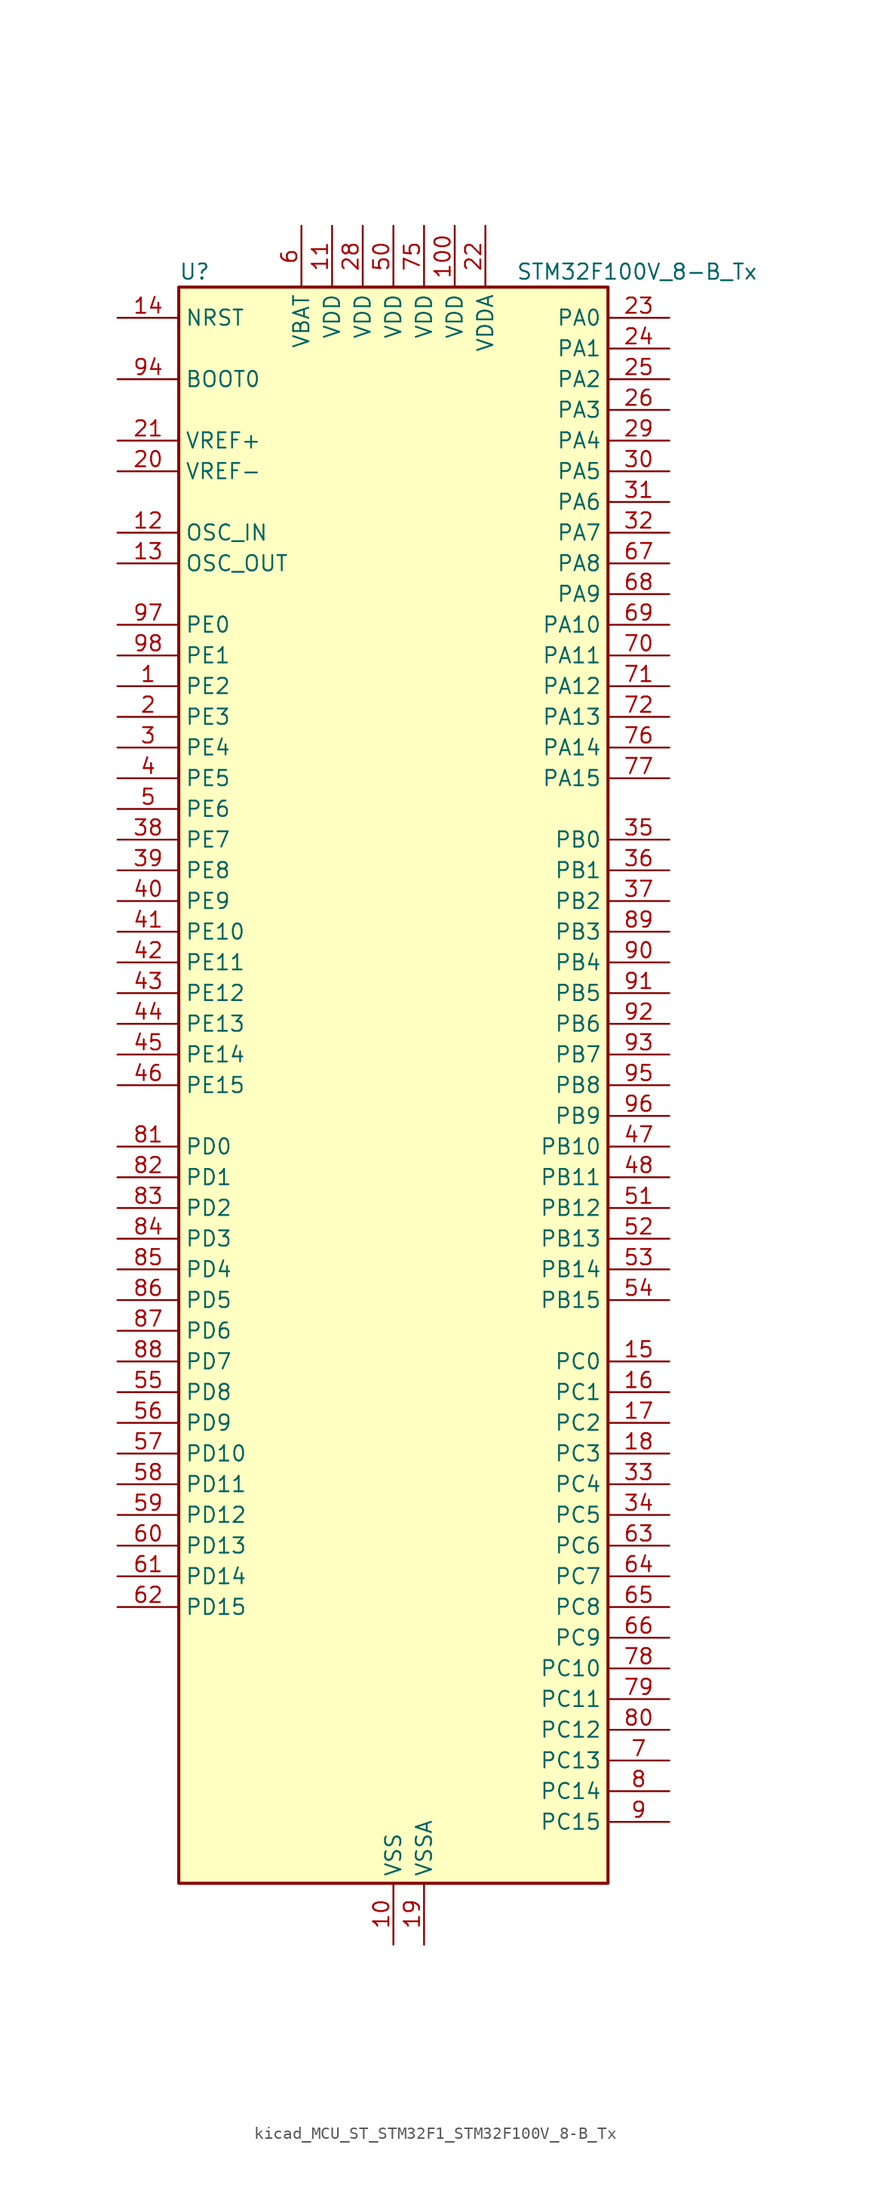
<source format=kicad_sym>
(kicad_symbol_lib
  (version 20220914)
  (generator kicad_symbol_editor)
  (symbol "kicad_MCU_ST_STM32F1_STM32F100V_8-B_Tx"
    (property "Reference" "U"
      (at -17.78 67.31 0)
      (effects (font (size 1.27 1.27)) (justify left)))
    (property "Value" "STM32F100V_8-B_Tx"
      (at 10.16 67.31 0)
      (effects (font (size 1.27 1.27)) (justify left)))
    (property "ki_locked" ""
      (at 0 0 0)
      (effects (font (size 1.27 1.27))))
    (symbol "kicad_MCU_ST_STM32F1_STM32F100V_8-B_Tx_0_1"
      (rectangle (start -17.78 -66.04) (end 17.78 66.04) (stroke (width 0.254) (type default)) (fill (type background))))
    (symbol "kicad_MCU_ST_STM32F1_STM32F100V_8-B_Tx_1_1"
      (pin bidirectional line (at -22.86 33.02 0) (length 5.08) (name "PE2" (effects (font (size 1.27 1.27)))) (number "1" (effects (font (size 1.27 1.27)))) (alternate "SYS_TRACECLK" bidirectional line))
      (pin power_in line (at 0 -71.12 90) (length 5.08) (name "VSS" (effects (font (size 1.27 1.27)))) (number "10" (effects (font (size 1.27 1.27)))))
      (pin power_in line (at 5.08 71.12 270) (length 5.08) (name "VDD" (effects (font (size 1.27 1.27)))) (number "100" (effects (font (size 1.27 1.27)))))
      (pin power_in line (at -5.08 71.12 270) (length 5.08) (name "VDD" (effects (font (size 1.27 1.27)))) (number "11" (effects (font (size 1.27 1.27)))))
      (pin input line (at -22.86 45.72 0) (length 5.08) (name "OSC_IN" (effects (font (size 1.27 1.27)))) (number "12" (effects (font (size 1.27 1.27)))) (alternate "RCC_OSC_IN" bidirectional line))
      (pin input line (at -22.86 43.18 0) (length 5.08) (name "OSC_OUT" (effects (font (size 1.27 1.27)))) (number "13" (effects (font (size 1.27 1.27)))) (alternate "RCC_OSC_OUT" bidirectional line))
      (pin input line (at -22.86 63.5 0) (length 5.08) (name "NRST" (effects (font (size 1.27 1.27)))) (number "14" (effects (font (size 1.27 1.27)))))
      (pin bidirectional line (at 22.86 -22.86 180) (length 5.08) (name "PC0" (effects (font (size 1.27 1.27)))) (number "15" (effects (font (size 1.27 1.27)))) (alternate "ADC1_IN10" bidirectional line))
      (pin bidirectional line (at 22.86 -25.4 180) (length 5.08) (name "PC1" (effects (font (size 1.27 1.27)))) (number "16" (effects (font (size 1.27 1.27)))) (alternate "ADC1_IN11" bidirectional line))
      (pin bidirectional line (at 22.86 -27.94 180) (length 5.08) (name "PC2" (effects (font (size 1.27 1.27)))) (number "17" (effects (font (size 1.27 1.27)))) (alternate "ADC1_IN12" bidirectional line))
      (pin bidirectional line (at 22.86 -30.48 180) (length 5.08) (name "PC3" (effects (font (size 1.27 1.27)))) (number "18" (effects (font (size 1.27 1.27)))) (alternate "ADC1_IN13" bidirectional line))
      (pin power_in line (at 2.54 -71.12 90) (length 5.08) (name "VSSA" (effects (font (size 1.27 1.27)))) (number "19" (effects (font (size 1.27 1.27)))))
      (pin bidirectional line (at -22.86 30.48 0) (length 5.08) (name "PE3" (effects (font (size 1.27 1.27)))) (number "2" (effects (font (size 1.27 1.27)))) (alternate "SYS_TRACED0" bidirectional line))
      (pin input line (at -22.86 50.8 0) (length 5.08) (name "VREF-" (effects (font (size 1.27 1.27)))) (number "20" (effects (font (size 1.27 1.27)))))
      (pin input line (at -22.86 53.34 0) (length 5.08) (name "VREF+" (effects (font (size 1.27 1.27)))) (number "21" (effects (font (size 1.27 1.27)))))
      (pin power_in line (at 7.62 71.12 270) (length 5.08) (name "VDDA" (effects (font (size 1.27 1.27)))) (number "22" (effects (font (size 1.27 1.27)))))
      (pin bidirectional line (at 22.86 63.5 180) (length 5.08) (name "PA0" (effects (font (size 1.27 1.27)))) (number "23" (effects (font (size 1.27 1.27)))) (alternate "ADC1_IN0" bidirectional line) (alternate "SYS_WKUP" bidirectional line) (alternate "TIM2_CH1" bidirectional line) (alternate "TIM2_ETR" bidirectional line) (alternate "USART2_CTS" bidirectional line))
      (pin bidirectional line (at 22.86 60.96 180) (length 5.08) (name "PA1" (effects (font (size 1.27 1.27)))) (number "24" (effects (font (size 1.27 1.27)))) (alternate "ADC1_IN1" bidirectional line) (alternate "TIM2_CH2" bidirectional line) (alternate "USART2_RTS" bidirectional line))
      (pin bidirectional line (at 22.86 58.42 180) (length 5.08) (name "PA2" (effects (font (size 1.27 1.27)))) (number "25" (effects (font (size 1.27 1.27)))) (alternate "ADC1_IN2" bidirectional line) (alternate "TIM15_CH1" bidirectional line) (alternate "TIM2_CH3" bidirectional line) (alternate "USART2_TX" bidirectional line))
      (pin bidirectional line (at 22.86 55.88 180) (length 5.08) (name "PA3" (effects (font (size 1.27 1.27)))) (number "26" (effects (font (size 1.27 1.27)))) (alternate "ADC1_IN3" bidirectional line) (alternate "TIM15_CH2" bidirectional line) (alternate "TIM2_CH4" bidirectional line) (alternate "USART2_RX" bidirectional line))
      (pin passive line (at 0 -71.12 90) (length 5.08) hide (name "VSS" (effects (font (size 1.27 1.27)))) (number "27" (effects (font (size 1.27 1.27)))))
      (pin power_in line (at -2.54 71.12 270) (length 5.08) (name "VDD" (effects (font (size 1.27 1.27)))) (number "28" (effects (font (size 1.27 1.27)))))
      (pin bidirectional line (at 22.86 53.34 180) (length 5.08) (name "PA4" (effects (font (size 1.27 1.27)))) (number "29" (effects (font (size 1.27 1.27)))) (alternate "ADC1_IN4" bidirectional line) (alternate "DAC_OUT1" bidirectional line) (alternate "SPI1_NSS" bidirectional line) (alternate "USART2_CK" bidirectional line))
      (pin bidirectional line (at -22.86 27.94 0) (length 5.08) (name "PE4" (effects (font (size 1.27 1.27)))) (number "3" (effects (font (size 1.27 1.27)))) (alternate "SYS_TRACED1" bidirectional line))
      (pin bidirectional line (at 22.86 50.8 180) (length 5.08) (name "PA5" (effects (font (size 1.27 1.27)))) (number "30" (effects (font (size 1.27 1.27)))) (alternate "ADC1_IN5" bidirectional line) (alternate "DAC_OUT2" bidirectional line) (alternate "SPI1_SCK" bidirectional line))
      (pin bidirectional line (at 22.86 48.26 180) (length 5.08) (name "PA6" (effects (font (size 1.27 1.27)))) (number "31" (effects (font (size 1.27 1.27)))) (alternate "ADC1_IN6" bidirectional line) (alternate "SPI1_MISO" bidirectional line) (alternate "TIM16_CH1" bidirectional line) (alternate "TIM1_BKIN" bidirectional line) (alternate "TIM3_CH1" bidirectional line))
      (pin bidirectional line (at 22.86 45.72 180) (length 5.08) (name "PA7" (effects (font (size 1.27 1.27)))) (number "32" (effects (font (size 1.27 1.27)))) (alternate "ADC1_IN7" bidirectional line) (alternate "SPI1_MOSI" bidirectional line) (alternate "TIM17_CH1" bidirectional line) (alternate "TIM1_CH1N" bidirectional line) (alternate "TIM3_CH2" bidirectional line))
      (pin bidirectional line (at 22.86 -33.02 180) (length 5.08) (name "PC4" (effects (font (size 1.27 1.27)))) (number "33" (effects (font (size 1.27 1.27)))) (alternate "ADC1_IN14" bidirectional line))
      (pin bidirectional line (at 22.86 -35.56 180) (length 5.08) (name "PC5" (effects (font (size 1.27 1.27)))) (number "34" (effects (font (size 1.27 1.27)))) (alternate "ADC1_IN15" bidirectional line))
      (pin bidirectional line (at 22.86 20.32 180) (length 5.08) (name "PB0" (effects (font (size 1.27 1.27)))) (number "35" (effects (font (size 1.27 1.27)))) (alternate "ADC1_IN8" bidirectional line) (alternate "TIM1_CH2N" bidirectional line) (alternate "TIM3_CH3" bidirectional line))
      (pin bidirectional line (at 22.86 17.78 180) (length 5.08) (name "PB1" (effects (font (size 1.27 1.27)))) (number "36" (effects (font (size 1.27 1.27)))) (alternate "ADC1_IN9" bidirectional line) (alternate "TIM1_CH3N" bidirectional line) (alternate "TIM3_CH4" bidirectional line))
      (pin bidirectional line (at 22.86 15.24 180) (length 5.08) (name "PB2" (effects (font (size 1.27 1.27)))) (number "37" (effects (font (size 1.27 1.27)))))
      (pin bidirectional line (at -22.86 20.32 0) (length 5.08) (name "PE7" (effects (font (size 1.27 1.27)))) (number "38" (effects (font (size 1.27 1.27)))) (alternate "TIM1_ETR" bidirectional line))
      (pin bidirectional line (at -22.86 17.78 0) (length 5.08) (name "PE8" (effects (font (size 1.27 1.27)))) (number "39" (effects (font (size 1.27 1.27)))) (alternate "TIM1_CH1N" bidirectional line))
      (pin bidirectional line (at -22.86 25.4 0) (length 5.08) (name "PE5" (effects (font (size 1.27 1.27)))) (number "4" (effects (font (size 1.27 1.27)))) (alternate "SYS_TRACED2" bidirectional line))
      (pin bidirectional line (at -22.86 15.24 0) (length 5.08) (name "PE9" (effects (font (size 1.27 1.27)))) (number "40" (effects (font (size 1.27 1.27)))) (alternate "DAC_EXTI9" bidirectional line) (alternate "TIM1_CH1" bidirectional line))
      (pin bidirectional line (at -22.86 12.7 0) (length 5.08) (name "PE10" (effects (font (size 1.27 1.27)))) (number "41" (effects (font (size 1.27 1.27)))) (alternate "TIM1_CH2N" bidirectional line))
      (pin bidirectional line (at -22.86 10.16 0) (length 5.08) (name "PE11" (effects (font (size 1.27 1.27)))) (number "42" (effects (font (size 1.27 1.27)))) (alternate "ADC1_EXTI11" bidirectional line) (alternate "TIM1_CH2" bidirectional line))
      (pin bidirectional line (at -22.86 7.62 0) (length 5.08) (name "PE12" (effects (font (size 1.27 1.27)))) (number "43" (effects (font (size 1.27 1.27)))) (alternate "TIM1_CH3N" bidirectional line))
      (pin bidirectional line (at -22.86 5.08 0) (length 5.08) (name "PE13" (effects (font (size 1.27 1.27)))) (number "44" (effects (font (size 1.27 1.27)))) (alternate "TIM1_CH3" bidirectional line))
      (pin bidirectional line (at -22.86 2.54 0) (length 5.08) (name "PE14" (effects (font (size 1.27 1.27)))) (number "45" (effects (font (size 1.27 1.27)))) (alternate "TIM1_CH4" bidirectional line))
      (pin bidirectional line (at -22.86 0 0) (length 5.08) (name "PE15" (effects (font (size 1.27 1.27)))) (number "46" (effects (font (size 1.27 1.27)))) (alternate "ADC1_EXTI15" bidirectional line) (alternate "TIM1_BKIN" bidirectional line))
      (pin bidirectional line (at 22.86 -5.08 180) (length 5.08) (name "PB10" (effects (font (size 1.27 1.27)))) (number "47" (effects (font (size 1.27 1.27)))) (alternate "CEC" bidirectional line) (alternate "I2C2_SCL" bidirectional line) (alternate "TIM2_CH3" bidirectional line) (alternate "USART3_TX" bidirectional line))
      (pin bidirectional line (at 22.86 -7.62 180) (length 5.08) (name "PB11" (effects (font (size 1.27 1.27)))) (number "48" (effects (font (size 1.27 1.27)))) (alternate "ADC1_EXTI11" bidirectional line) (alternate "I2C2_SDA" bidirectional line) (alternate "TIM2_CH4" bidirectional line) (alternate "USART3_RX" bidirectional line))
      (pin passive line (at 0 -71.12 90) (length 5.08) hide (name "VSS" (effects (font (size 1.27 1.27)))) (number "49" (effects (font (size 1.27 1.27)))))
      (pin bidirectional line (at -22.86 22.86 0) (length 5.08) (name "PE6" (effects (font (size 1.27 1.27)))) (number "5" (effects (font (size 1.27 1.27)))) (alternate "SYS_TRACED3" bidirectional line))
      (pin power_in line (at 0 71.12 270) (length 5.08) (name "VDD" (effects (font (size 1.27 1.27)))) (number "50" (effects (font (size 1.27 1.27)))))
      (pin bidirectional line (at 22.86 -10.16 180) (length 5.08) (name "PB12" (effects (font (size 1.27 1.27)))) (number "51" (effects (font (size 1.27 1.27)))) (alternate "I2C2_SMBA" bidirectional line) (alternate "SPI2_NSS" bidirectional line) (alternate "TIM1_BKIN" bidirectional line) (alternate "USART3_CK" bidirectional line))
      (pin bidirectional line (at 22.86 -12.7 180) (length 5.08) (name "PB13" (effects (font (size 1.27 1.27)))) (number "52" (effects (font (size 1.27 1.27)))) (alternate "SPI2_SCK" bidirectional line) (alternate "TIM1_CH1N" bidirectional line) (alternate "USART3_CTS" bidirectional line))
      (pin bidirectional line (at 22.86 -15.24 180) (length 5.08) (name "PB14" (effects (font (size 1.27 1.27)))) (number "53" (effects (font (size 1.27 1.27)))) (alternate "SPI2_MISO" bidirectional line) (alternate "TIM15_CH1" bidirectional line) (alternate "TIM1_CH2N" bidirectional line) (alternate "USART3_RTS" bidirectional line))
      (pin bidirectional line (at 22.86 -17.78 180) (length 5.08) (name "PB15" (effects (font (size 1.27 1.27)))) (number "54" (effects (font (size 1.27 1.27)))) (alternate "ADC1_EXTI15" bidirectional line) (alternate "SPI2_MOSI" bidirectional line) (alternate "TIM15_CH1N" bidirectional line) (alternate "TIM15_CH2" bidirectional line) (alternate "TIM1_CH3N" bidirectional line))
      (pin bidirectional line (at -22.86 -25.4 0) (length 5.08) (name "PD8" (effects (font (size 1.27 1.27)))) (number "55" (effects (font (size 1.27 1.27)))) (alternate "USART3_TX" bidirectional line))
      (pin bidirectional line (at -22.86 -27.94 0) (length 5.08) (name "PD9" (effects (font (size 1.27 1.27)))) (number "56" (effects (font (size 1.27 1.27)))) (alternate "DAC_EXTI9" bidirectional line) (alternate "USART3_RX" bidirectional line))
      (pin bidirectional line (at -22.86 -30.48 0) (length 5.08) (name "PD10" (effects (font (size 1.27 1.27)))) (number "57" (effects (font (size 1.27 1.27)))) (alternate "USART3_CK" bidirectional line))
      (pin bidirectional line (at -22.86 -33.02 0) (length 5.08) (name "PD11" (effects (font (size 1.27 1.27)))) (number "58" (effects (font (size 1.27 1.27)))) (alternate "ADC1_EXTI11" bidirectional line) (alternate "USART3_CTS" bidirectional line))
      (pin bidirectional line (at -22.86 -35.56 0) (length 5.08) (name "PD12" (effects (font (size 1.27 1.27)))) (number "59" (effects (font (size 1.27 1.27)))) (alternate "TIM4_CH1" bidirectional line) (alternate "USART3_RTS" bidirectional line))
      (pin power_in line (at -7.62 71.12 270) (length 5.08) (name "VBAT" (effects (font (size 1.27 1.27)))) (number "6" (effects (font (size 1.27 1.27)))))
      (pin bidirectional line (at -22.86 -38.1 0) (length 5.08) (name "PD13" (effects (font (size 1.27 1.27)))) (number "60" (effects (font (size 1.27 1.27)))) (alternate "TIM4_CH2" bidirectional line))
      (pin bidirectional line (at -22.86 -40.64 0) (length 5.08) (name "PD14" (effects (font (size 1.27 1.27)))) (number "61" (effects (font (size 1.27 1.27)))) (alternate "TIM4_CH3" bidirectional line))
      (pin bidirectional line (at -22.86 -43.18 0) (length 5.08) (name "PD15" (effects (font (size 1.27 1.27)))) (number "62" (effects (font (size 1.27 1.27)))) (alternate "ADC1_EXTI15" bidirectional line) (alternate "TIM4_CH4" bidirectional line))
      (pin bidirectional line (at 22.86 -38.1 180) (length 5.08) (name "PC6" (effects (font (size 1.27 1.27)))) (number "63" (effects (font (size 1.27 1.27)))) (alternate "TIM3_CH1" bidirectional line))
      (pin bidirectional line (at 22.86 -40.64 180) (length 5.08) (name "PC7" (effects (font (size 1.27 1.27)))) (number "64" (effects (font (size 1.27 1.27)))) (alternate "TIM3_CH2" bidirectional line))
      (pin bidirectional line (at 22.86 -43.18 180) (length 5.08) (name "PC8" (effects (font (size 1.27 1.27)))) (number "65" (effects (font (size 1.27 1.27)))) (alternate "TIM3_CH3" bidirectional line))
      (pin bidirectional line (at 22.86 -45.72 180) (length 5.08) (name "PC9" (effects (font (size 1.27 1.27)))) (number "66" (effects (font (size 1.27 1.27)))) (alternate "DAC_EXTI9" bidirectional line) (alternate "TIM3_CH4" bidirectional line))
      (pin bidirectional line (at 22.86 43.18 180) (length 5.08) (name "PA8" (effects (font (size 1.27 1.27)))) (number "67" (effects (font (size 1.27 1.27)))) (alternate "RCC_MCO" bidirectional line) (alternate "TIM1_CH1" bidirectional line) (alternate "USART1_CK" bidirectional line))
      (pin bidirectional line (at 22.86 40.64 180) (length 5.08) (name "PA9" (effects (font (size 1.27 1.27)))) (number "68" (effects (font (size 1.27 1.27)))) (alternate "DAC_EXTI9" bidirectional line) (alternate "TIM15_BKIN" bidirectional line) (alternate "TIM1_CH2" bidirectional line) (alternate "USART1_TX" bidirectional line))
      (pin bidirectional line (at 22.86 38.1 180) (length 5.08) (name "PA10" (effects (font (size 1.27 1.27)))) (number "69" (effects (font (size 1.27 1.27)))) (alternate "TIM17_BKIN" bidirectional line) (alternate "TIM1_CH3" bidirectional line) (alternate "USART1_RX" bidirectional line))
      (pin bidirectional line (at 22.86 -55.88 180) (length 5.08) (name "PC13" (effects (font (size 1.27 1.27)))) (number "7" (effects (font (size 1.27 1.27)))) (alternate "RTC_OUT" bidirectional line) (alternate "RTC_TAMPER" bidirectional line))
      (pin bidirectional line (at 22.86 35.56 180) (length 5.08) (name "PA11" (effects (font (size 1.27 1.27)))) (number "70" (effects (font (size 1.27 1.27)))) (alternate "ADC1_EXTI11" bidirectional line) (alternate "TIM1_CH4" bidirectional line) (alternate "USART1_CTS" bidirectional line))
      (pin bidirectional line (at 22.86 33.02 180) (length 5.08) (name "PA12" (effects (font (size 1.27 1.27)))) (number "71" (effects (font (size 1.27 1.27)))) (alternate "TIM1_ETR" bidirectional line) (alternate "USART1_RTS" bidirectional line))
      (pin bidirectional line (at 22.86 30.48 180) (length 5.08) (name "PA13" (effects (font (size 1.27 1.27)))) (number "72" (effects (font (size 1.27 1.27)))) (alternate "SYS_JTMS-SWDIO" bidirectional line))
      (pin no_connect line (at -17.78 -66.04 0) (length 5.08) hide (name "NC" (effects (font (size 1.27 1.27)))) (number "73" (effects (font (size 1.27 1.27)))))
      (pin passive line (at 0 -71.12 90) (length 5.08) hide (name "VSS" (effects (font (size 1.27 1.27)))) (number "74" (effects (font (size 1.27 1.27)))))
      (pin power_in line (at 2.54 71.12 270) (length 5.08) (name "VDD" (effects (font (size 1.27 1.27)))) (number "75" (effects (font (size 1.27 1.27)))))
      (pin bidirectional line (at 22.86 27.94 180) (length 5.08) (name "PA14" (effects (font (size 1.27 1.27)))) (number "76" (effects (font (size 1.27 1.27)))) (alternate "SYS_JTCK-SWCLK" bidirectional line))
      (pin bidirectional line (at 22.86 25.4 180) (length 5.08) (name "PA15" (effects (font (size 1.27 1.27)))) (number "77" (effects (font (size 1.27 1.27)))) (alternate "ADC1_EXTI15" bidirectional line) (alternate "SPI1_NSS" bidirectional line) (alternate "SYS_JTDI" bidirectional line) (alternate "TIM2_CH1" bidirectional line) (alternate "TIM2_ETR" bidirectional line))
      (pin bidirectional line (at 22.86 -48.26 180) (length 5.08) (name "PC10" (effects (font (size 1.27 1.27)))) (number "78" (effects (font (size 1.27 1.27)))) (alternate "USART3_TX" bidirectional line))
      (pin bidirectional line (at 22.86 -50.8 180) (length 5.08) (name "PC11" (effects (font (size 1.27 1.27)))) (number "79" (effects (font (size 1.27 1.27)))) (alternate "ADC1_EXTI11" bidirectional line) (alternate "USART3_RX" bidirectional line))
      (pin bidirectional line (at 22.86 -58.42 180) (length 5.08) (name "PC14" (effects (font (size 1.27 1.27)))) (number "8" (effects (font (size 1.27 1.27)))) (alternate "RCC_OSC32_IN" bidirectional line))
      (pin bidirectional line (at 22.86 -53.34 180) (length 5.08) (name "PC12" (effects (font (size 1.27 1.27)))) (number "80" (effects (font (size 1.27 1.27)))) (alternate "USART3_CK" bidirectional line))
      (pin bidirectional line (at -22.86 -5.08 0) (length 5.08) (name "PD0" (effects (font (size 1.27 1.27)))) (number "81" (effects (font (size 1.27 1.27)))))
      (pin bidirectional line (at -22.86 -7.62 0) (length 5.08) (name "PD1" (effects (font (size 1.27 1.27)))) (number "82" (effects (font (size 1.27 1.27)))))
      (pin bidirectional line (at -22.86 -10.16 0) (length 5.08) (name "PD2" (effects (font (size 1.27 1.27)))) (number "83" (effects (font (size 1.27 1.27)))) (alternate "TIM3_ETR" bidirectional line))
      (pin bidirectional line (at -22.86 -12.7 0) (length 5.08) (name "PD3" (effects (font (size 1.27 1.27)))) (number "84" (effects (font (size 1.27 1.27)))) (alternate "USART2_CTS" bidirectional line))
      (pin bidirectional line (at -22.86 -15.24 0) (length 5.08) (name "PD4" (effects (font (size 1.27 1.27)))) (number "85" (effects (font (size 1.27 1.27)))) (alternate "USART2_RTS" bidirectional line))
      (pin bidirectional line (at -22.86 -17.78 0) (length 5.08) (name "PD5" (effects (font (size 1.27 1.27)))) (number "86" (effects (font (size 1.27 1.27)))) (alternate "USART2_TX" bidirectional line))
      (pin bidirectional line (at -22.86 -20.32 0) (length 5.08) (name "PD6" (effects (font (size 1.27 1.27)))) (number "87" (effects (font (size 1.27 1.27)))) (alternate "USART2_RX" bidirectional line))
      (pin bidirectional line (at -22.86 -22.86 0) (length 5.08) (name "PD7" (effects (font (size 1.27 1.27)))) (number "88" (effects (font (size 1.27 1.27)))) (alternate "USART2_CK" bidirectional line))
      (pin bidirectional line (at 22.86 12.7 180) (length 5.08) (name "PB3" (effects (font (size 1.27 1.27)))) (number "89" (effects (font (size 1.27 1.27)))) (alternate "SPI1_SCK" bidirectional line) (alternate "SYS_JTDO-TRACESWO" bidirectional line) (alternate "TIM2_CH2" bidirectional line))
      (pin bidirectional line (at 22.86 -60.96 180) (length 5.08) (name "PC15" (effects (font (size 1.27 1.27)))) (number "9" (effects (font (size 1.27 1.27)))) (alternate "ADC1_EXTI15" bidirectional line) (alternate "RCC_OSC32_OUT" bidirectional line))
      (pin bidirectional line (at 22.86 10.16 180) (length 5.08) (name "PB4" (effects (font (size 1.27 1.27)))) (number "90" (effects (font (size 1.27 1.27)))) (alternate "SPI1_MISO" bidirectional line) (alternate "SYS_NJTRST" bidirectional line) (alternate "TIM3_CH1" bidirectional line))
      (pin bidirectional line (at 22.86 7.62 180) (length 5.08) (name "PB5" (effects (font (size 1.27 1.27)))) (number "91" (effects (font (size 1.27 1.27)))) (alternate "I2C1_SMBA" bidirectional line) (alternate "SPI1_MOSI" bidirectional line) (alternate "TIM16_BKIN" bidirectional line) (alternate "TIM3_CH2" bidirectional line))
      (pin bidirectional line (at 22.86 5.08 180) (length 5.08) (name "PB6" (effects (font (size 1.27 1.27)))) (number "92" (effects (font (size 1.27 1.27)))) (alternate "I2C1_SCL" bidirectional line) (alternate "TIM16_CH1N" bidirectional line) (alternate "TIM4_CH1" bidirectional line) (alternate "USART1_TX" bidirectional line))
      (pin bidirectional line (at 22.86 2.54 180) (length 5.08) (name "PB7" (effects (font (size 1.27 1.27)))) (number "93" (effects (font (size 1.27 1.27)))) (alternate "I2C1_SDA" bidirectional line) (alternate "TIM17_CH1N" bidirectional line) (alternate "TIM4_CH2" bidirectional line) (alternate "USART1_RX" bidirectional line))
      (pin input line (at -22.86 58.42 0) (length 5.08) (name "BOOT0" (effects (font (size 1.27 1.27)))) (number "94" (effects (font (size 1.27 1.27)))))
      (pin bidirectional line (at 22.86 0 180) (length 5.08) (name "PB8" (effects (font (size 1.27 1.27)))) (number "95" (effects (font (size 1.27 1.27)))) (alternate "CEC" bidirectional line) (alternate "I2C1_SCL" bidirectional line) (alternate "TIM16_CH1" bidirectional line) (alternate "TIM4_CH3" bidirectional line))
      (pin bidirectional line (at 22.86 -2.54 180) (length 5.08) (name "PB9" (effects (font (size 1.27 1.27)))) (number "96" (effects (font (size 1.27 1.27)))) (alternate "DAC_EXTI9" bidirectional line) (alternate "I2C1_SDA" bidirectional line) (alternate "TIM17_CH1" bidirectional line) (alternate "TIM4_CH4" bidirectional line))
      (pin bidirectional line (at -22.86 38.1 0) (length 5.08) (name "PE0" (effects (font (size 1.27 1.27)))) (number "97" (effects (font (size 1.27 1.27)))) (alternate "TIM4_ETR" bidirectional line))
      (pin bidirectional line (at -22.86 35.56 0) (length 5.08) (name "PE1" (effects (font (size 1.27 1.27)))) (number "98" (effects (font (size 1.27 1.27)))))
      (pin passive line (at 0 -71.12 90) (length 5.08) hide (name "VSS" (effects (font (size 1.27 1.27)))) (number "99" (effects (font (size 1.27 1.27))))))))
</source>
